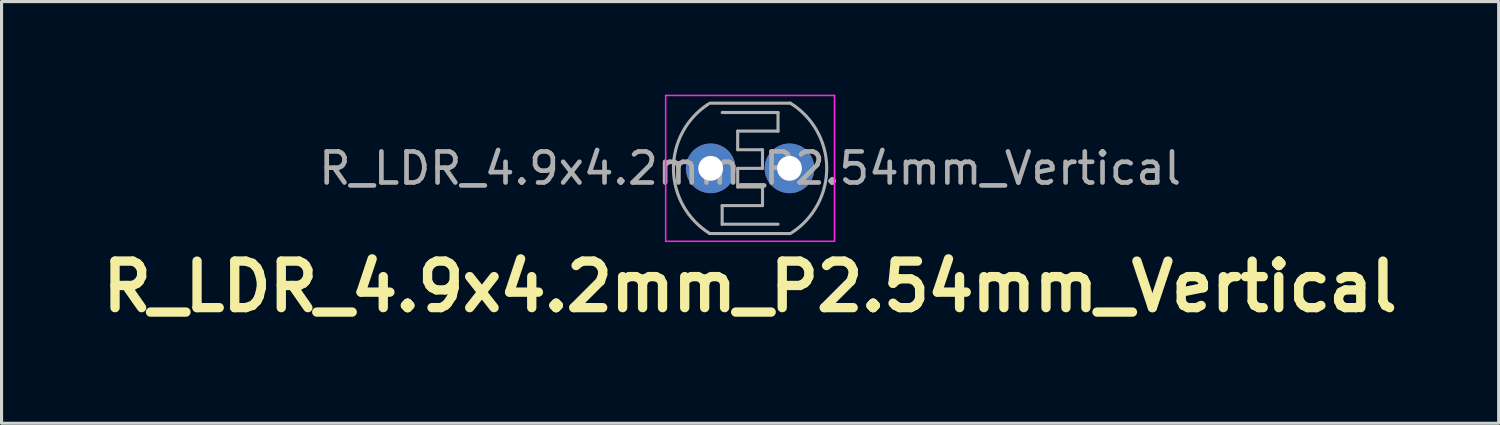
<source format=kicad_pcb>
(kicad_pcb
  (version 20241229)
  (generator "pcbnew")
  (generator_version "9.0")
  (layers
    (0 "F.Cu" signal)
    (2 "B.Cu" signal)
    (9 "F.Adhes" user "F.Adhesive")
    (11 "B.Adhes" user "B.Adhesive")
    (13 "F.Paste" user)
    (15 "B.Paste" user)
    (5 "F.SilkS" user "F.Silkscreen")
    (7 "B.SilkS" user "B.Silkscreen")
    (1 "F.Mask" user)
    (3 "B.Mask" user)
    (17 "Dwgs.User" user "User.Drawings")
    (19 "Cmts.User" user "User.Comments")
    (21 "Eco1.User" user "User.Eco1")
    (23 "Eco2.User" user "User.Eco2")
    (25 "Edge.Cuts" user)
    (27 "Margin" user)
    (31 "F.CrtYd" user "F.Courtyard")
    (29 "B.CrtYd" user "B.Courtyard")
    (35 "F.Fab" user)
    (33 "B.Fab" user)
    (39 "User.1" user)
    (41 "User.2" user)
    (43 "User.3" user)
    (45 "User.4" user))
  (footprint "R_LDR_4.9x4.2mm_P2.54mm_Vertical"
    (layer "F.Cu")
    (at 19.851 2.375)
    (property "Reference" "R_LDR_4.9x4.2mm_P2.54mm_Vertical" (at 1.27 3.81 0) (layer "F.SilkS") (effects (font (size 1.5 1.5) (thickness 0.3))))
    (attr through_hole)
    (fp_line (start -1.45 -2.35) (end -1.45 2.35) (stroke (width 0.05) (type solid)) (layer "F.CrtYd"))
    (fp_line (start -1.45 -2.35) (end 3.99 -2.35) (stroke (width 0.05) (type solid)) (layer "F.CrtYd"))
    (fp_line (start 3.99 2.35) (end -1.45 2.35) (stroke (width 0.05) (type solid)) (layer "F.CrtYd"))
    (fp_line (start 3.99 2.35) (end 3.99 -2.35) (stroke (width 0.05) (type solid)) (layer "F.CrtYd"))
    (fp_line (start -0.03 -2.1) (end 2.57 -2.1) (stroke (width 0.1) (type solid)) (layer "F.Fab"))
    (fp_line (start 0.37 -1.8) (end 2.17 -1.8) (stroke (width 0.1) (type solid)) (layer "F.Fab"))
    (fp_line (start 0.37 1.2) (end 0.37 1.8) (stroke (width 0.1) (type solid)) (layer "F.Fab"))
    (fp_line (start 0.37 1.2) (end 1.67 1.2) (stroke (width 0.1) (type solid)) (layer "F.Fab"))
    (fp_line (start 0.37 1.8) (end 2.17 1.8) (stroke (width 0.1) (type solid)) (layer "F.Fab"))
    (fp_line (start 0.87 -1.2) (end 0.87 -0.6) (stroke (width 0.1) (type solid)) (layer "F.Fab"))
    (fp_line (start 0.87 -1.2) (end 2.17 -1.2) (stroke (width 0.1) (type solid)) (layer "F.Fab"))
    (fp_line (start 0.87 0) (end 0.87 0.6) (stroke (width 0.1) (type solid)) (layer "F.Fab"))
    (fp_line (start 0.87 0) (end 1.67 0) (stroke (width 0.1) (type solid)) (layer "F.Fab"))
    (fp_line (start 1.67 -0.6) (end 0.87 -0.6) (stroke (width 0.1) (type solid)) (layer "F.Fab"))
    (fp_line (start 1.67 -0.6) (end 1.67 0) (stroke (width 0.1) (type solid)) (layer "F.Fab"))
    (fp_line (start 1.67 0.6) (end 0.87 0.6) (stroke (width 0.1) (type solid)) (layer "F.Fab"))
    (fp_line (start 1.67 0.6) (end 1.67 1.2) (stroke (width 0.1) (type solid)) (layer "F.Fab"))
    (fp_line (start 2.17 -1.8) (end 2.17 -1.2) (stroke (width 0.1) (type solid)) (layer "F.Fab"))
    (fp_line (start 2.57 2.1) (end -0.03 2.1) (stroke (width 0.1) (type solid)) (layer "F.Fab"))
    (fp_arc (start -0.03 2.1) (mid -1.199612 0.031921) (end -0.083843 -2.065698) (stroke (width 0.1) (type solid)) (layer "F.Fab"))
    (fp_arc (start 2.57 -2.1) (mid 3.739612 -0.031921) (end 2.623843 2.065698) (stroke (width 0.1) (type solid)) (layer "F.Fab"))
    (fp_text user "${REFERENCE}" (at 1.27 0 0) (layer "F.Fab") (effects (font (size 1 1) (thickness 0.15))))
    (pad "1" thru_hole circle (at 0 0) (size 1.6 1.6) (drill 0.8) (layers "*.Cu" "*.Mask"))
    (pad "2" thru_hole circle (at 2.54 0) (size 1.6 1.6) (drill 0.8) (layers "*.Cu" "*.Mask")))
  (gr_rect
    (start -3 -3)
    (end 45.243 10.589)
    (stroke (width 0.1) (type default))
    (fill no)
    (layer "Edge.Cuts")))
</source>
